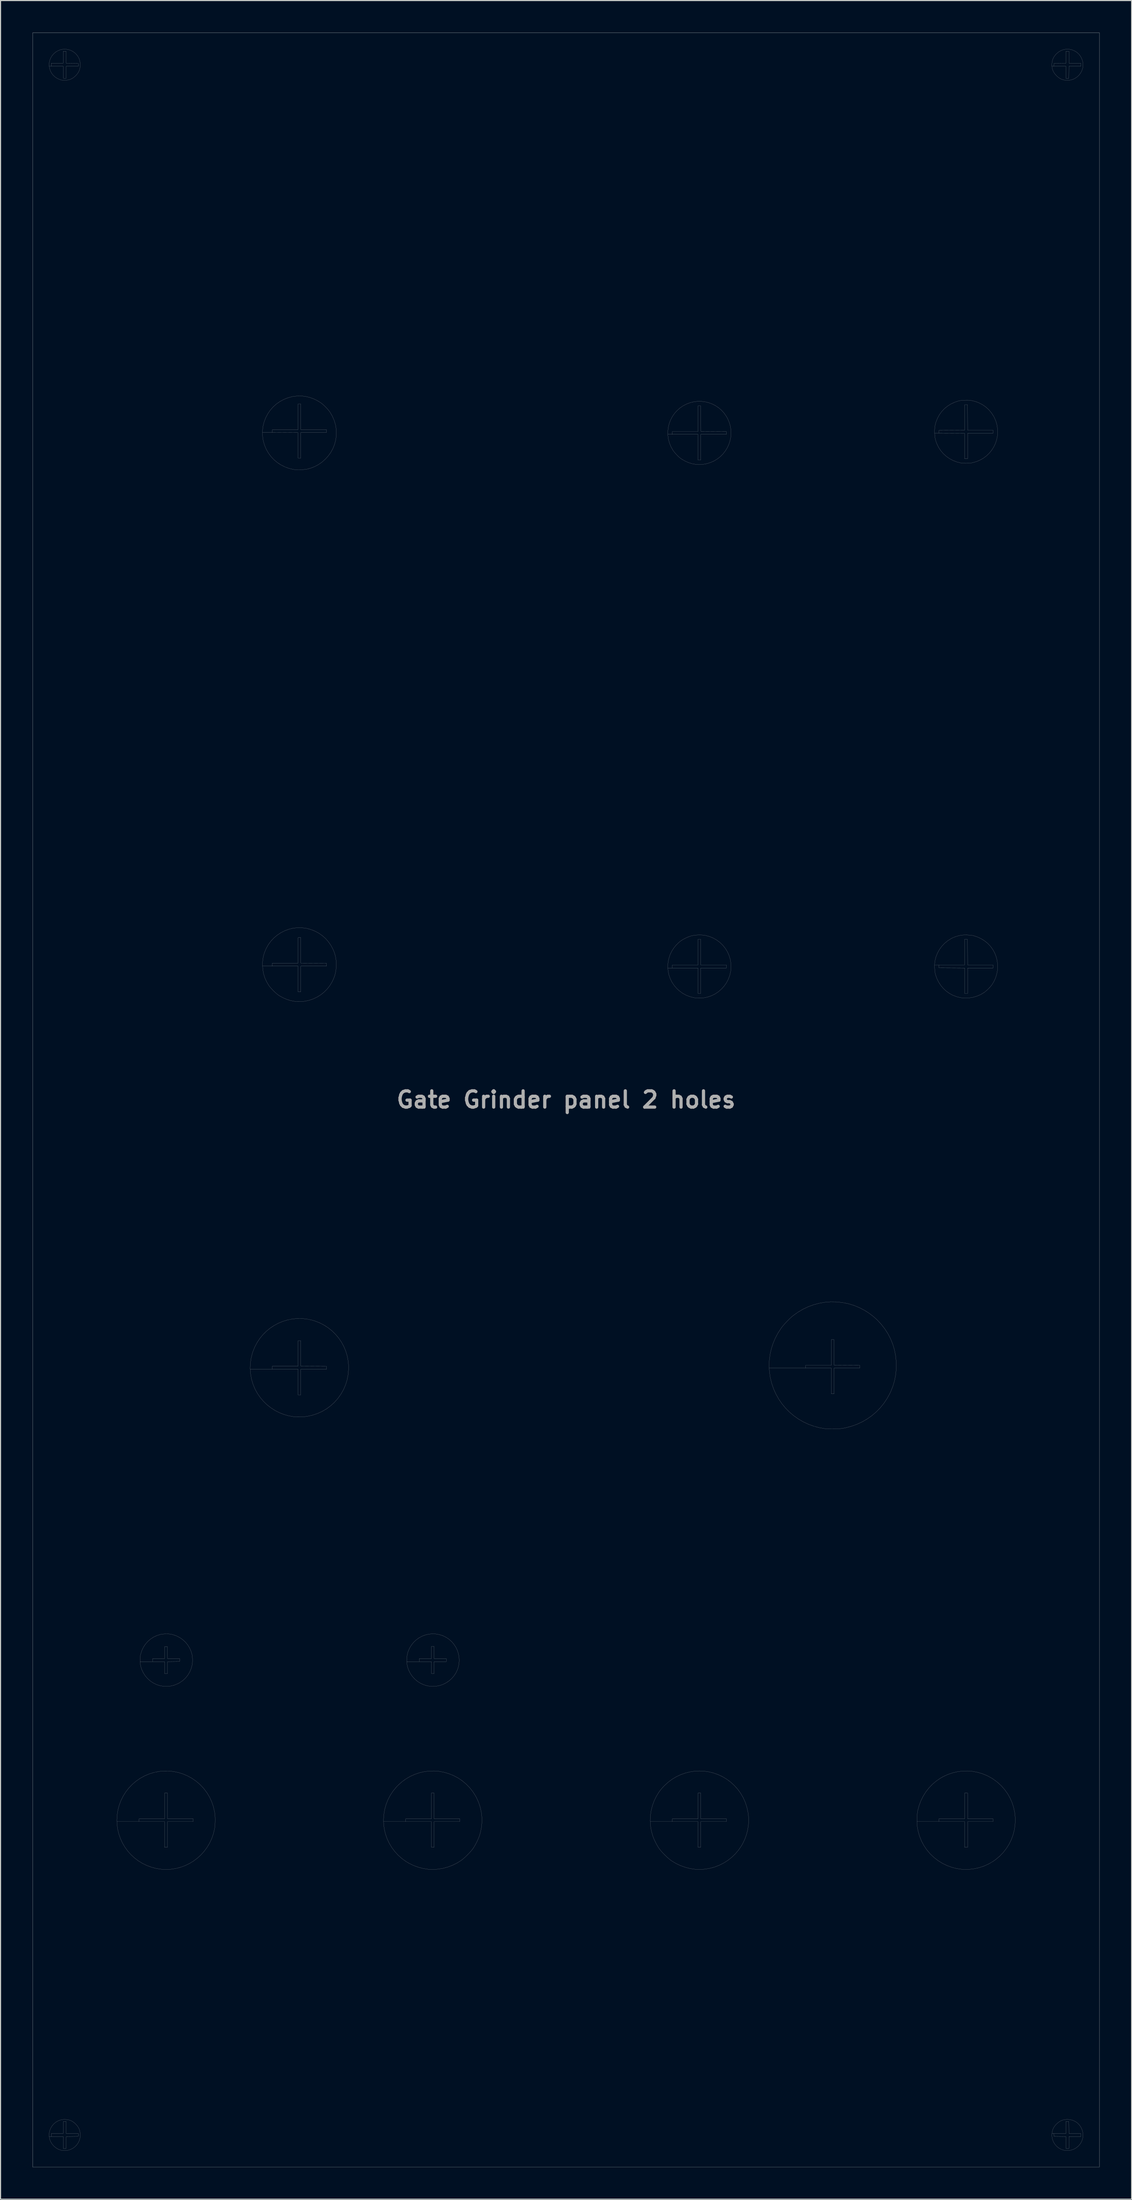
<source format=kicad_pcb>
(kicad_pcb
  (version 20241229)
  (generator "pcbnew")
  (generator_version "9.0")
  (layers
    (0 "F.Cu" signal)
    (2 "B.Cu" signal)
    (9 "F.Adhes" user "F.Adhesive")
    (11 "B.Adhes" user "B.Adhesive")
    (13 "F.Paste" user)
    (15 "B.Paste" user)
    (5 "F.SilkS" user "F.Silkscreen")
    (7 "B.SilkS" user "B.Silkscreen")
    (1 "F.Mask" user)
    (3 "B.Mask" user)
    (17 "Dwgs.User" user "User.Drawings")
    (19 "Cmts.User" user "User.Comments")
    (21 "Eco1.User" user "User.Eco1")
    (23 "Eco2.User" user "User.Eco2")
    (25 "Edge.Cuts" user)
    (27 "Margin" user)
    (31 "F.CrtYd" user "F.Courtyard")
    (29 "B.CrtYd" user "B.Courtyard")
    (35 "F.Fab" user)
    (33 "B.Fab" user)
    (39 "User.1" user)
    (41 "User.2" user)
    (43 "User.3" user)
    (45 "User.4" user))
  (footprint "Gate Grinder panel 2 holes"
    (layer "F.Cu")
    (at 50.018 100.005)
    (property "Reference" "Gate Grinder panel 2 holes" (at 0 0 0) (layer "F.Fab") (effects (font (size 1.524 1.524) (thickness 0.3))))
    (attr through_hole)
    (fp_poly (pts (xy 50.013 100.025) (xy -50.013 100.025) (xy -50.013 -99.974) (xy -49.987 -99.974) (xy -49.987 100) (xy 49.987 100) (xy 49.987 -99.974) (xy -49.987 -99.974) (xy -50.013 -99.974) (xy -50.013 -100) (xy 50.013 -100) (xy 50.013 100.025)) (stroke (width 0.01) (type solid)) (fill no) (layer "F.Fab"))
    (fp_poly (pts (xy -46.75 95.572) (xy -46.518 95.627) (xy -46.306 95.724) (xy -46.106 95.864) (xy -45.973 95.986) (xy -45.8 96.183) (xy -45.675 96.387) (xy -45.592 96.604) (xy -45.55 96.845) (xy -45.542 97.024) (xy -45.566 97.286) (xy -45.634 97.532) (xy -45.742 97.757) (xy -45.886 97.957) (xy -46.06 98.131) (xy -46.261 98.273) (xy -46.483 98.38) (xy -46.723 98.45) (xy -46.975 98.477) (xy -47.235 98.459) (xy -47.355 98.436) (xy -47.589 98.354) (xy -47.809 98.228) (xy -48.007 98.066) (xy -48.177 97.873) (xy -48.312 97.657) (xy -48.406 97.425) (xy -48.424 97.356) (xy -48.462 97.092) (xy -48.454 96.876) (xy -48.26 96.876) (xy -48.26 97.155) (xy -47.142 97.155) (xy -47.142 98.273) (xy -46.863 98.273) (xy -46.863 97.156) (xy -46.298 97.149) (xy -45.733 97.142) (xy -45.717 96.876) (xy -46.863 96.876) (xy -46.863 95.73) (xy -46.996 95.738) (xy -47.13 95.745) (xy -47.143 96.876) (xy -48.26 96.876) (xy -48.454 96.876) (xy -48.453 96.836) (xy -48.401 96.59) (xy -48.308 96.36) (xy -48.18 96.15) (xy -48.019 95.965) (xy -47.829 95.808) (xy -47.613 95.685) (xy -47.375 95.601) (xy -47.118 95.559) (xy -47.011 95.555) (xy -46.75 95.572)) (stroke (width 0.01) (type solid)) (fill no) (layer "F.Fab"))
    (fp_poly (pts (xy 47.275 95.578) (xy 47.517 95.643) (xy 47.736 95.745) (xy 47.93 95.881) (xy 48.096 96.044) (xy 48.234 96.231) (xy 48.341 96.437) (xy 48.416 96.657) (xy 48.455 96.887) (xy 48.458 97.121) (xy 48.422 97.355) (xy 48.346 97.584) (xy 48.228 97.804) (xy 48.065 98.01) (xy 48.032 98.044) (xy 47.825 98.216) (xy 47.594 98.346) (xy 47.346 98.432) (xy 47.086 98.473) (xy 46.821 98.466) (xy 46.65 98.435) (xy 46.401 98.35) (xy 46.176 98.223) (xy 45.978 98.06) (xy 45.813 97.865) (xy 45.683 97.644) (xy 45.593 97.402) (xy 45.547 97.145) (xy 45.542 97.024) (xy 45.552 96.876) (xy 45.717 96.876) (xy 45.725 97.009) (xy 45.733 97.142) (xy 46.298 97.149) (xy 46.863 97.156) (xy 46.863 98.273) (xy 47.142 98.273) (xy 47.142 97.155) (xy 48.26 97.155) (xy 48.26 96.876) (xy 47.143 96.876) (xy 47.137 96.31) (xy 47.13 95.745) (xy 46.996 95.738) (xy 46.863 95.73) (xy 46.863 96.876) (xy 45.717 96.876) (xy 45.552 96.876) (xy 45.56 96.763) (xy 45.615 96.531) (xy 45.711 96.319) (xy 45.852 96.118) (xy 45.973 95.986) (xy 46.171 95.813) (xy 46.374 95.687) (xy 46.592 95.605) (xy 46.832 95.563) (xy 47.011 95.555) (xy 47.275 95.578)) (stroke (width 0.01) (type solid)) (fill no) (layer "F.Fab"))
    (fp_poly (pts (xy 47.171 -98.442) (xy 47.43 -98.385) (xy 47.684 -98.28) (xy 47.686 -98.279) (xy 47.905 -98.136) (xy 48.092 -97.959) (xy 48.243 -97.752) (xy 48.358 -97.523) (xy 48.431 -97.277) (xy 48.461 -97.02) (xy 48.445 -96.76) (xy 48.424 -96.648) (xy 48.34 -96.402) (xy 48.213 -96.174) (xy 48.049 -95.973) (xy 47.852 -95.801) (xy 47.629 -95.667) (xy 47.384 -95.574) (xy 47.359 -95.568) (xy 47.21 -95.543) (xy 47.034 -95.532) (xy 46.852 -95.537) (xy 46.685 -95.557) (xy 46.596 -95.577) (xy 46.402 -95.648) (xy 46.227 -95.747) (xy 46.056 -95.882) (xy 45.973 -95.961) (xy 45.8 -96.159) (xy 45.673 -96.364) (xy 45.591 -96.583) (xy 45.549 -96.824) (xy 45.548 -96.85) (xy 45.717 -96.85) (xy 46.863 -96.85) (xy 46.863 -95.705) (xy 47.13 -95.72) (xy 47.137 -96.285) (xy 47.143 -96.85) (xy 48.26 -96.85) (xy 48.26 -97.13) (xy 47.142 -97.13) (xy 47.142 -98.247) (xy 46.863 -98.247) (xy 46.863 -97.131) (xy 45.733 -97.117) (xy 45.725 -96.984) (xy 45.717 -96.85) (xy 45.548 -96.85) (xy 45.543 -96.994) (xy 45.562 -97.255) (xy 45.622 -97.49) (xy 45.725 -97.707) (xy 45.875 -97.912) (xy 45.974 -98.019) (xy 46.183 -98.195) (xy 46.413 -98.326) (xy 46.658 -98.411) (xy 46.912 -98.45) (xy 47.171 -98.442)) (stroke (width 0.01) (type solid)) (fill no) (layer "F.Fab"))
    (fp_poly (pts (xy -46.684 -98.412) (xy -46.462 -98.344) (xy -46.253 -98.242) (xy -46.063 -98.109) (xy -45.895 -97.947) (xy -45.754 -97.758) (xy -45.645 -97.543) (xy -45.574 -97.304) (xy -45.543 -97.044) (xy -45.543 -96.995) (xy -45.562 -96.73) (xy -45.62 -96.492) (xy -45.721 -96.275) (xy -45.868 -96.071) (xy -45.972 -95.959) (xy -46.17 -95.786) (xy -46.376 -95.661) (xy -46.598 -95.579) (xy -46.844 -95.537) (xy -47.015 -95.53) (xy -47.155 -95.534) (xy -47.268 -95.547) (xy -47.378 -95.574) (xy -47.46 -95.6) (xy -47.706 -95.708) (xy -47.919 -95.851) (xy -48.099 -96.024) (xy -48.245 -96.22) (xy -48.354 -96.436) (xy -48.426 -96.666) (xy -48.46 -96.904) (xy -48.455 -97.13) (xy -48.26 -97.13) (xy -48.26 -96.85) (xy -47.142 -96.85) (xy -47.142 -96.296) (xy -47.142 -96.133) (xy -47.14 -95.987) (xy -47.136 -95.866) (xy -47.132 -95.778) (xy -47.128 -95.73) (xy -47.125 -95.724) (xy -47.092 -95.714) (xy -47.026 -95.708) (xy -46.986 -95.707) (xy -46.863 -95.707) (xy -46.863 -96.85) (xy -45.717 -96.85) (xy -45.733 -97.117) (xy -46.863 -97.131) (xy -46.863 -98.247) (xy -47.142 -98.247) (xy -47.142 -97.13) (xy -48.26 -97.13) (xy -48.455 -97.13) (xy -48.455 -97.145) (xy -48.408 -97.385) (xy -48.319 -97.617) (xy -48.187 -97.837) (xy -48.032 -98.019) (xy -47.829 -98.19) (xy -47.611 -98.316) (xy -47.383 -98.4) (xy -47.149 -98.442) (xy -46.915 -98.446) (xy -46.684 -98.412)) (stroke (width 0.01) (type solid)) (fill no) (layer "F.Fab"))
    (fp_poly (pts (xy -12.199 50.063) (xy -11.855 50.126) (xy -11.851 50.127) (xy -11.525 50.237) (xy -11.225 50.388) (xy -10.954 50.575) (xy -10.712 50.794) (xy -10.504 51.042) (xy -10.329 51.314) (xy -10.191 51.607) (xy -10.092 51.916) (xy -10.034 52.237) (xy -10.018 52.566) (xy -10.047 52.899) (xy -10.123 53.232) (xy -10.184 53.41) (xy -10.33 53.718) (xy -10.515 53.999) (xy -10.737 54.251) (xy -10.989 54.47) (xy -11.268 54.654) (xy -11.569 54.8) (xy -11.887 54.905) (xy -12.218 54.965) (xy -12.558 54.979) (xy -12.649 54.974) (xy -12.994 54.925) (xy -13.323 54.829) (xy -13.632 54.69) (xy -13.919 54.511) (xy -14.178 54.295) (xy -14.407 54.044) (xy -14.601 53.763) (xy -14.757 53.453) (xy -14.849 53.195) (xy -14.905 52.941) (xy -14.932 52.661) (xy -14.931 52.375) (xy -13.767 52.375) (xy -13.767 52.654) (xy -12.624 52.654) (xy -12.624 53.772) (xy -12.37 53.772) (xy -12.37 52.654) (xy -11.227 52.654) (xy -11.227 52.375) (xy -12.37 52.375) (xy -12.37 51.232) (xy -12.624 51.232) (xy -12.624 52.375) (xy -13.767 52.375) (xy -14.931 52.375) (xy -14.931 52.371) (xy -14.903 52.086) (xy -14.846 51.822) (xy -14.82 51.737) (xy -14.684 51.413) (xy -14.51 51.118) (xy -14.301 50.854) (xy -14.061 50.624) (xy -13.794 50.429) (xy -13.504 50.271) (xy -13.196 50.154) (xy -12.873 50.079) (xy -12.539 50.047) (xy -12.199 50.063)) (stroke (width 0.01) (type solid)) (fill no) (layer "F.Fab"))
    (fp_poly (pts (xy -37.306 50.059) (xy -37.18 50.065) (xy -37.071 50.079) (xy -36.961 50.101) (xy -36.868 50.124) (xy -36.537 50.236) (xy -36.23 50.391) (xy -35.948 50.586) (xy -35.697 50.815) (xy -35.48 51.077) (xy -35.299 51.366) (xy -35.159 51.679) (xy -35.063 52.012) (xy -35.05 52.078) (xy -35.034 52.206) (xy -35.025 52.364) (xy -35.022 52.537) (xy -35.026 52.706) (xy -35.037 52.856) (xy -35.051 52.947) (xy -35.145 53.298) (xy -35.281 53.625) (xy -35.459 53.923) (xy -35.676 54.191) (xy -35.931 54.427) (xy -36.22 54.627) (xy -36.386 54.717) (xy -36.712 54.852) (xy -37.05 54.938) (xy -37.399 54.975) (xy -37.739 54.964) (xy -38.073 54.907) (xy -38.393 54.804) (xy -38.693 54.658) (xy -38.971 54.473) (xy -39.222 54.251) (xy -39.442 53.997) (xy -39.628 53.714) (xy -39.776 53.405) (xy -39.869 53.121) (xy -39.916 52.879) (xy -39.938 52.614) (xy -39.936 52.375) (xy -38.76 52.375) (xy -38.76 52.654) (xy -37.643 52.654) (xy -37.643 53.772) (xy -37.363 53.772) (xy -37.363 52.655) (xy -36.798 52.648) (xy -36.233 52.642) (xy -36.218 52.375) (xy -37.362 52.375) (xy -37.369 51.81) (xy -37.376 51.245) (xy -37.63 51.245) (xy -37.644 52.375) (xy -38.76 52.375) (xy -39.936 52.375) (xy -39.936 52.345) (xy -39.909 52.09) (xy -39.883 51.961) (xy -39.773 51.618) (xy -39.622 51.301) (xy -39.431 51.012) (xy -39.204 50.754) (xy -38.944 50.531) (xy -38.653 50.346) (xy -38.336 50.2) (xy -37.994 50.098) (xy -37.992 50.097) (xy -37.828 50.072) (xy -37.618 50.059) (xy -37.465 50.057) (xy -37.306 50.059)) (stroke (width 0.01) (type solid)) (fill no) (layer "F.Fab"))
    (fp_poly (pts (xy 12.67 -65.443) (xy 13.016 -65.403) (xy 13.355 -65.323) (xy 13.683 -65.204) (xy 13.996 -65.047) (xy 14.29 -64.852) (xy 14.562 -64.62) (xy 14.808 -64.351) (xy 15.022 -64.046) (xy 15.138 -63.841) (xy 15.29 -63.492) (xy 15.394 -63.138) (xy 15.452 -62.782) (xy 15.465 -62.427) (xy 15.436 -62.077) (xy 15.366 -61.736) (xy 15.257 -61.406) (xy 15.111 -61.092) (xy 14.93 -60.797) (xy 14.715 -60.523) (xy 14.469 -60.275) (xy 14.193 -60.057) (xy 13.89 -59.87) (xy 13.56 -59.72) (xy 13.207 -59.609) (xy 12.831 -59.54) (xy 12.814 -59.538) (xy 12.634 -59.522) (xy 12.476 -59.517) (xy 12.315 -59.524) (xy 12.143 -59.541) (xy 11.801 -59.604) (xy 11.459 -59.712) (xy 11.128 -59.861) (xy 10.818 -60.045) (xy 10.693 -60.135) (xy 10.563 -60.246) (xy 10.418 -60.386) (xy 10.273 -60.541) (xy 10.141 -60.697) (xy 10.035 -60.839) (xy 10.022 -60.858) (xy 9.833 -61.19) (xy 9.691 -61.537) (xy 9.595 -61.894) (xy 9.544 -62.258) (xy 9.539 -62.611) (xy 9.957 -62.611) (xy 9.957 -62.357) (xy 12.37 -62.357) (xy 12.37 -59.944) (xy 12.624 -59.944) (xy 12.624 -62.357) (xy 15.037 -62.357) (xy 15.037 -62.611) (xy 13.837 -62.617) (xy 12.636 -62.624) (xy 12.623 -65.024) (xy 12.37 -65.024) (xy 12.37 -62.611) (xy 9.957 -62.611) (xy 9.539 -62.611) (xy 9.539 -62.624) (xy 9.578 -62.987) (xy 9.661 -63.343) (xy 9.789 -63.687) (xy 9.96 -64.016) (xy 10.174 -64.325) (xy 10.389 -64.567) (xy 10.672 -64.821) (xy 10.977 -65.03) (xy 11.298 -65.197) (xy 11.631 -65.321) (xy 11.974 -65.403) (xy 12.322 -65.443) (xy 12.67 -65.443)) (stroke (width 0.01) (type solid)) (fill no) (layer "F.Fab"))
    (fp_poly (pts (xy 12.783 -15.433) (xy 13.027 -15.403) (xy 13.081 -15.393) (xy 13.452 -15.292) (xy 13.803 -15.146) (xy 14.128 -14.96) (xy 14.426 -14.736) (xy 14.693 -14.478) (xy 14.926 -14.188) (xy 15.122 -13.87) (xy 15.277 -13.527) (xy 15.388 -13.162) (xy 15.395 -13.132) (xy 15.454 -12.754) (xy 15.464 -12.377) (xy 15.426 -12.005) (xy 15.34 -11.641) (xy 15.21 -11.291) (xy 15.035 -10.958) (xy 14.816 -10.647) (xy 14.583 -10.388) (xy 14.289 -10.129) (xy 13.976 -9.917) (xy 13.643 -9.751) (xy 13.286 -9.629) (xy 12.995 -9.564) (xy 12.817 -9.542) (xy 12.612 -9.531) (xy 12.398 -9.53) (xy 12.193 -9.539) (xy 12.016 -9.559) (xy 11.995 -9.563) (xy 11.614 -9.657) (xy 11.256 -9.795) (xy 10.922 -9.979) (xy 10.611 -10.208) (xy 10.401 -10.401) (xy 10.145 -10.692) (xy 9.933 -11.007) (xy 9.765 -11.342) (xy 9.642 -11.692) (xy 9.566 -12.054) (xy 9.535 -12.425) (xy 9.545 -12.624) (xy 9.957 -12.624) (xy 9.957 -12.344) (xy 12.37 -12.344) (xy 12.37 -9.957) (xy 12.624 -9.957) (xy 12.624 -12.344) (xy 15.037 -12.344) (xy 15.037 -12.624) (xy 12.624 -12.624) (xy 12.624 -15.037) (xy 12.37 -15.037) (xy 12.37 -12.624) (xy 9.957 -12.624) (xy 9.545 -12.624) (xy 9.553 -12.8) (xy 9.618 -13.176) (xy 9.732 -13.549) (xy 9.765 -13.633) (xy 9.911 -13.93) (xy 10.099 -14.221) (xy 10.321 -14.493) (xy 10.57 -14.737) (xy 10.732 -14.868) (xy 10.925 -14.996) (xy 11.151 -15.121) (xy 11.391 -15.232) (xy 11.625 -15.321) (xy 11.75 -15.358) (xy 11.982 -15.405) (xy 12.243 -15.433) (xy 12.516 -15.442) (xy 12.783 -15.433)) (stroke (width 0.01) (type solid)) (fill no) (layer "F.Fab"))
    (fp_poly (pts (xy 37.704 -65.553) (xy 37.87 -65.542) (xy 37.941 -65.533) (xy 38.325 -65.446) (xy 38.688 -65.314) (xy 39.027 -65.14) (xy 39.338 -64.924) (xy 39.619 -64.67) (xy 39.868 -64.379) (xy 40.081 -64.053) (xy 40.153 -63.918) (xy 40.299 -63.573) (xy 40.4 -63.208) (xy 40.453 -62.83) (xy 40.462 -62.597) (xy 40.438 -62.218) (xy 40.366 -61.852) (xy 40.25 -61.501) (xy 40.093 -61.171) (xy 39.898 -60.863) (xy 39.667 -60.582) (xy 39.403 -60.33) (xy 39.109 -60.112) (xy 38.788 -59.931) (xy 38.443 -59.789) (xy 38.077 -59.69) (xy 38.002 -59.676) (xy 37.839 -59.656) (xy 37.646 -59.645) (xy 37.44 -59.643) (xy 37.24 -59.65) (xy 37.062 -59.666) (xy 36.988 -59.677) (xy 36.623 -59.768) (xy 36.274 -59.904) (xy 35.945 -60.08) (xy 35.642 -60.294) (xy 35.368 -60.542) (xy 35.127 -60.821) (xy 34.924 -61.127) (xy 34.763 -61.457) (xy 34.745 -61.503) (xy 34.672 -61.706) (xy 34.619 -61.886) (xy 34.584 -62.063) (xy 34.562 -62.254) (xy 34.551 -62.462) (xy 34.547 -62.719) (xy 34.548 -62.725) (xy 34.963 -62.725) (xy 34.963 -62.471) (xy 36.163 -62.465) (xy 37.363 -62.458) (xy 37.363 -60.071) (xy 37.643 -60.071) (xy 37.643 -62.459) (xy 40.03 -62.459) (xy 40.03 -62.738) (xy 37.643 -62.738) (xy 37.637 -63.938) (xy 37.63 -65.138) (xy 37.376 -65.138) (xy 37.363 -62.738) (xy 34.963 -62.725) (xy 34.548 -62.725) (xy 34.559 -62.942) (xy 34.586 -63.148) (xy 34.632 -63.352) (xy 34.676 -63.5) (xy 34.818 -63.861) (xy 35 -64.195) (xy 35.222 -64.5) (xy 35.481 -64.772) (xy 35.774 -65.009) (xy 36.099 -65.21) (xy 36.454 -65.372) (xy 36.802 -65.485) (xy 36.941 -65.512) (xy 37.116 -65.534) (xy 37.312 -65.548) (xy 37.512 -65.554) (xy 37.704 -65.553)) (stroke (width 0.01) (type solid)) (fill no) (layer "F.Fab"))
    (fp_poly (pts (xy -37.246 62.905) (xy -36.792 62.953) (xy -36.344 63.046) (xy -35.908 63.183) (xy -35.486 63.362) (xy -35.081 63.584) (xy -34.698 63.847) (xy -34.339 64.151) (xy -34.008 64.495) (xy -33.947 64.567) (xy -33.661 64.951) (xy -33.417 65.36) (xy -33.218 65.794) (xy -33.063 66.251) (xy -32.954 66.728) (xy -32.93 66.878) (xy -32.911 67.055) (xy -32.9 67.265) (xy -32.897 67.496) (xy -32.901 67.733) (xy -32.913 67.961) (xy -32.931 68.167) (xy -32.955 68.333) (xy -33.067 68.798) (xy -33.222 69.242) (xy -33.419 69.662) (xy -33.653 70.056) (xy -33.923 70.423) (xy -34.226 70.759) (xy -34.559 71.064) (xy -34.919 71.335) (xy -35.303 71.57) (xy -35.71 71.767) (xy -36.135 71.923) (xy -36.576 72.037) (xy -37.031 72.107) (xy -37.496 72.131) (xy -37.948 72.108) (xy -38.42 72.036) (xy -38.875 71.918) (xy -39.31 71.757) (xy -39.723 71.555) (xy -40.11 71.316) (xy -40.47 71.041) (xy -40.801 70.733) (xy -41.1 70.395) (xy -41.365 70.029) (xy -41.594 69.637) (xy -41.784 69.223) (xy -41.933 68.789) (xy -42.039 68.337) (xy -42.099 67.87) (xy -42.112 67.513) (xy -42.106 67.386) (xy -40.03 67.386) (xy -40.03 67.64) (xy -37.643 67.64) (xy -37.643 70.053) (xy -37.363 70.053) (xy -37.363 67.64) (xy -34.95 67.64) (xy -34.95 67.386) (xy -37.363 67.386) (xy -37.363 64.973) (xy -37.643 64.973) (xy -37.643 67.386) (xy -40.03 67.386) (xy -42.106 67.386) (xy -42.087 67.034) (xy -42.014 66.566) (xy -41.895 66.113) (xy -41.732 65.676) (xy -41.525 65.259) (xy -41.279 64.866) (xy -40.994 64.499) (xy -40.672 64.162) (xy -40.315 63.857) (xy -39.926 63.587) (xy -39.509 63.359) (xy -39.07 63.173) (xy -38.62 63.035) (xy -38.164 62.946) (xy -37.705 62.902) (xy -37.246 62.905)) (stroke (width 0.01) (type solid)) (fill no) (layer "F.Fab"))
    (fp_poly (pts (xy 38.096 62.937) (xy 38.554 63.02) (xy 39.003 63.15) (xy 39.44 63.325) (xy 39.859 63.548) (xy 40.058 63.673) (xy 40.445 63.962) (xy 40.796 64.285) (xy 41.11 64.639) (xy 41.384 65.021) (xy 41.616 65.427) (xy 41.807 65.856) (xy 41.952 66.304) (xy 42.052 66.767) (xy 42.104 67.243) (xy 42.112 67.513) (xy 42.087 67.993) (xy 42.014 68.463) (xy 41.894 68.919) (xy 41.728 69.358) (xy 41.519 69.778) (xy 41.268 70.174) (xy 40.978 70.544) (xy 40.648 70.884) (xy 40.282 71.192) (xy 40.056 71.353) (xy 39.644 71.598) (xy 39.21 71.798) (xy 38.759 71.952) (xy 38.296 72.058) (xy 37.823 72.117) (xy 37.345 72.127) (xy 37.053 72.108) (xy 36.586 72.038) (xy 36.129 71.919) (xy 35.687 71.754) (xy 35.262 71.545) (xy 34.86 71.293) (xy 34.485 71.002) (xy 34.14 70.673) (xy 34.114 70.645) (xy 33.803 70.273) (xy 33.536 69.876) (xy 33.313 69.455) (xy 33.135 69.01) (xy 33.002 68.54) (xy 32.94 68.224) (xy 32.915 68.02) (xy 32.9 67.783) (xy 32.895 67.527) (xy 32.898 67.386) (xy 34.95 67.386) (xy 34.95 67.64) (xy 37.363 67.64) (xy 37.363 70.053) (xy 37.643 70.053) (xy 37.643 67.64) (xy 40.03 67.64) (xy 40.03 67.386) (xy 37.643 67.386) (xy 37.643 64.973) (xy 37.363 64.973) (xy 37.363 67.386) (xy 34.95 67.386) (xy 32.898 67.386) (xy 32.9 67.268) (xy 32.914 67.018) (xy 32.938 66.791) (xy 32.968 66.612) (xy 33.095 66.137) (xy 33.266 65.683) (xy 33.479 65.255) (xy 33.731 64.853) (xy 34.023 64.481) (xy 34.35 64.141) (xy 34.712 63.836) (xy 35.106 63.569) (xy 35.359 63.426) (xy 35.796 63.226) (xy 36.245 63.073) (xy 36.703 62.968) (xy 37.167 62.911) (xy 37.632 62.9) (xy 38.096 62.937)) (stroke (width 0.01) (type solid)) (fill no) (layer "F.Fab"))
    (fp_poly (pts (xy -24.333 20.546) (xy -23.872 20.638) (xy -23.535 20.737) (xy -23.094 20.91) (xy -22.677 21.126) (xy -22.288 21.381) (xy -21.928 21.671) (xy -21.6 21.995) (xy -21.307 22.348) (xy -21.05 22.728) (xy -20.831 23.133) (xy -20.654 23.558) (xy -20.521 24.001) (xy -20.433 24.459) (xy -20.399 24.807) (xy -20.394 25.305) (xy -20.438 25.788) (xy -20.53 26.258) (xy -20.67 26.712) (xy -20.858 27.148) (xy -21.094 27.567) (xy -21.376 27.967) (xy -21.415 28.017) (xy -21.735 28.374) (xy -22.087 28.693) (xy -22.469 28.973) (xy -22.878 29.211) (xy -23.313 29.407) (xy -23.77 29.559) (xy -24.247 29.665) (xy -24.324 29.678) (xy -24.436 29.691) (xy -24.585 29.701) (xy -24.758 29.709) (xy -24.943 29.714) (xy -25.127 29.716) (xy -25.297 29.714) (xy -25.441 29.709) (xy -25.54 29.701) (xy -26.01 29.618) (xy -26.463 29.489) (xy -26.897 29.317) (xy -27.309 29.104) (xy -27.696 28.852) (xy -28.056 28.565) (xy -28.384 28.245) (xy -28.68 27.894) (xy -28.94 27.514) (xy -29.161 27.109) (xy -29.341 26.68) (xy -29.476 26.231) (xy -29.498 26.136) (xy -29.582 25.652) (xy -29.615 25.176) (xy -29.608 24.968) (xy -27.534 24.968) (xy -27.534 25.248) (xy -25.121 25.248) (xy -25.121 27.661) (xy -24.867 27.661) (xy -24.867 25.248) (xy -22.451 25.248) (xy -22.466 24.981) (xy -24.867 24.968) (xy -24.867 22.581) (xy -25.121 22.581) (xy -25.121 24.968) (xy -27.534 24.968) (xy -29.608 24.968) (xy -29.598 24.706) (xy -29.532 24.239) (xy -29.415 23.774) (xy -29.36 23.604) (xy -29.182 23.163) (xy -28.963 22.749) (xy -28.708 22.366) (xy -28.419 22.014) (xy -28.099 21.695) (xy -27.751 21.41) (xy -27.378 21.16) (xy -26.984 20.949) (xy -26.571 20.776) (xy -26.142 20.643) (xy -25.701 20.552) (xy -25.25 20.505) (xy -24.793 20.502) (xy -24.333 20.546)) (stroke (width 0.01) (type solid)) (fill no) (layer "F.Fab"))
    (fp_poly (pts (xy 37.599 -15.438) (xy 37.8 -15.428) (xy 37.986 -15.41) (xy 38.142 -15.386) (xy 38.202 -15.372) (xy 38.579 -15.247) (xy 38.928 -15.082) (xy 39.247 -14.88) (xy 39.535 -14.643) (xy 39.788 -14.375) (xy 40.004 -14.077) (xy 40.181 -13.755) (xy 40.317 -13.409) (xy 40.41 -13.044) (xy 40.457 -12.662) (xy 40.462 -12.476) (xy 40.439 -12.121) (xy 40.37 -11.764) (xy 40.261 -11.416) (xy 40.112 -11.086) (xy 39.929 -10.785) (xy 39.88 -10.718) (xy 39.776 -10.592) (xy 39.646 -10.452) (xy 39.502 -10.311) (xy 39.358 -10.181) (xy 39.226 -10.075) (xy 39.179 -10.041) (xy 38.854 -9.851) (xy 38.506 -9.703) (xy 38.141 -9.598) (xy 37.766 -9.539) (xy 37.388 -9.526) (xy 37.014 -9.561) (xy 36.995 -9.565) (xy 36.624 -9.652) (xy 36.272 -9.785) (xy 35.944 -9.96) (xy 35.642 -10.175) (xy 35.369 -10.427) (xy 35.128 -10.713) (xy 34.922 -11.03) (xy 34.753 -11.377) (xy 34.625 -11.75) (xy 34.615 -11.785) (xy 34.586 -11.931) (xy 34.564 -12.114) (xy 34.551 -12.317) (xy 34.546 -12.528) (xy 34.549 -12.624) (xy 34.948 -12.624) (xy 34.955 -12.49) (xy 34.963 -12.357) (xy 36.163 -12.351) (xy 37.363 -12.344) (xy 37.363 -9.957) (xy 37.643 -9.957) (xy 37.643 -12.344) (xy 40.03 -12.344) (xy 40.03 -12.624) (xy 37.643 -12.624) (xy 37.637 -13.824) (xy 37.63 -15.024) (xy 37.497 -15.032) (xy 37.363 -15.039) (xy 37.363 -12.624) (xy 34.948 -12.624) (xy 34.549 -12.624) (xy 34.551 -12.73) (xy 34.565 -12.91) (xy 34.58 -13.01) (xy 34.676 -13.389) (xy 34.818 -13.746) (xy 35.003 -14.08) (xy 35.228 -14.387) (xy 35.49 -14.664) (xy 35.789 -14.907) (xy 36.121 -15.113) (xy 36.208 -15.158) (xy 36.373 -15.23) (xy 36.569 -15.299) (xy 36.775 -15.36) (xy 36.971 -15.405) (xy 37.055 -15.419) (xy 37.213 -15.434) (xy 37.399 -15.44) (xy 37.599 -15.438)) (stroke (width 0.01) (type solid)) (fill no) (layer "F.Fab"))
    (fp_poly (pts (xy -11.892 62.938) (xy -11.427 63.025) (xy -11.001 63.149) (xy -10.555 63.329) (xy -10.133 63.553) (xy -9.739 63.818) (xy -9.374 64.121) (xy -9.042 64.461) (xy -8.745 64.835) (xy -8.487 65.24) (xy -8.398 65.405) (xy -8.199 65.845) (xy -8.049 66.298) (xy -7.947 66.762) (xy -7.894 67.233) (xy -7.89 67.708) (xy -7.935 68.184) (xy -8.03 68.657) (xy -8.116 68.955) (xy -8.19 69.157) (xy -8.288 69.383) (xy -8.402 69.619) (xy -8.525 69.848) (xy -8.648 70.056) (xy -8.731 70.18) (xy -8.843 70.326) (xy -8.987 70.492) (xy -9.151 70.667) (xy -9.326 70.843) (xy -9.502 71.008) (xy -9.669 71.154) (xy -9.817 71.269) (xy -9.83 71.279) (xy -10.226 71.528) (xy -10.647 71.736) (xy -11.088 71.902) (xy -11.542 72.024) (xy -12.004 72.1) (xy -12.468 72.129) (xy -12.929 72.11) (xy -12.954 72.107) (xy -13.414 72.035) (xy -13.869 71.916) (xy -14.313 71.752) (xy -14.737 71.545) (xy -15.011 71.381) (xy -15.394 71.104) (xy -15.745 70.79) (xy -16.062 70.443) (xy -16.342 70.068) (xy -16.581 69.667) (xy -16.779 69.246) (xy -16.931 68.808) (xy -17.016 68.462) (xy -17.078 68.095) (xy -17.111 67.751) (xy -17.115 67.413) (xy -17.113 67.386) (xy -15.037 67.386) (xy -15.037 67.64) (xy -12.624 67.64) (xy -12.624 70.053) (xy -12.37 70.053) (xy -12.37 67.64) (xy -9.957 67.64) (xy -9.957 67.386) (xy -12.37 67.386) (xy -12.37 64.973) (xy -12.624 64.973) (xy -12.624 67.386) (xy -15.037 67.386) (xy -17.113 67.386) (xy -17.091 67.062) (xy -17.082 66.978) (xy -17.001 66.498) (xy -16.873 66.035) (xy -16.698 65.592) (xy -16.477 65.17) (xy -16.212 64.772) (xy -15.904 64.399) (xy -15.752 64.241) (xy -15.395 63.92) (xy -15.011 63.642) (xy -14.605 63.406) (xy -14.18 63.214) (xy -13.739 63.067) (xy -13.287 62.965) (xy -12.826 62.909) (xy -12.36 62.899) (xy -11.892 62.938)) (stroke (width 0.01) (type solid)) (fill no) (layer "F.Fab"))
    (fp_poly (pts (xy 12.941 62.919) (xy 13.383 62.983) (xy 13.819 63.089) (xy 14.245 63.239) (xy 14.657 63.431) (xy 15.053 63.666) (xy 15.428 63.945) (xy 15.758 64.245) (xy 16.086 64.608) (xy 16.369 64.996) (xy 16.608 65.408) (xy 16.802 65.844) (xy 16.951 66.303) (xy 17.055 66.783) (xy 17.093 67.061) (xy 17.117 67.515) (xy 17.093 67.974) (xy 17.022 68.432) (xy 16.906 68.883) (xy 16.745 69.32) (xy 16.542 69.738) (xy 16.447 69.902) (xy 16.177 70.299) (xy 15.871 70.661) (xy 15.533 70.987) (xy 15.167 71.276) (xy 14.775 71.525) (xy 14.36 71.734) (xy 13.927 71.901) (xy 13.478 72.023) (xy 13.017 72.1) (xy 12.546 72.129) (xy 12.07 72.109) (xy 12.059 72.108) (xy 11.617 72.041) (xy 11.175 71.929) (xy 10.74 71.773) (xy 10.324 71.579) (xy 9.935 71.35) (xy 9.83 71.278) (xy 9.684 71.166) (xy 9.519 71.023) (xy 9.344 70.859) (xy 9.168 70.685) (xy 9.003 70.509) (xy 8.857 70.343) (xy 8.741 70.196) (xy 8.73 70.18) (xy 8.614 70.001) (xy 8.491 69.788) (xy 8.371 69.557) (xy 8.261 69.324) (xy 8.168 69.103) (xy 8.117 68.961) (xy 7.991 68.5) (xy 7.915 68.031) (xy 7.887 67.559) (xy 7.894 67.386) (xy 9.957 67.386) (xy 9.957 67.64) (xy 12.37 67.64) (xy 12.37 70.053) (xy 12.624 70.053) (xy 12.624 67.64) (xy 15.037 67.64) (xy 15.037 67.386) (xy 12.624 67.386) (xy 12.624 64.973) (xy 12.37 64.973) (xy 12.37 67.386) (xy 9.957 67.386) (xy 7.894 67.386) (xy 7.906 67.088) (xy 7.973 66.622) (xy 8.087 66.165) (xy 8.248 65.72) (xy 8.454 65.293) (xy 8.629 65) (xy 8.746 64.827) (xy 8.86 64.674) (xy 8.985 64.525) (xy 9.131 64.365) (xy 9.216 64.278) (xy 9.566 63.956) (xy 9.94 63.676) (xy 10.334 63.44) (xy 10.745 63.246) (xy 11.171 63.095) (xy 11.606 62.987) (xy 12.049 62.921) (xy 12.495 62.899) (xy 12.941 62.919)) (stroke (width 0.01) (type solid)) (fill no) (layer "F.Fab"))
    (fp_poly (pts (xy -24.687 -65.936) (xy -24.463 -65.912) (xy -24.409 -65.903) (xy -24.034 -65.813) (xy -23.662 -65.678) (xy -23.303 -65.504) (xy -22.972 -65.297) (xy -22.956 -65.285) (xy -22.808 -65.167) (xy -22.645 -65.018) (xy -22.48 -64.852) (xy -22.325 -64.681) (xy -22.193 -64.517) (xy -22.128 -64.427) (xy -21.913 -64.058) (xy -21.742 -63.665) (xy -21.617 -63.25) (xy -21.597 -63.161) (xy -21.575 -63.021) (xy -21.56 -62.844) (xy -21.551 -62.643) (xy -21.55 -62.432) (xy -21.555 -62.224) (xy -21.567 -62.033) (xy -21.586 -61.872) (xy -21.599 -61.804) (xy -21.711 -61.393) (xy -21.864 -61.012) (xy -22.059 -60.658) (xy -22.298 -60.327) (xy -22.554 -60.044) (xy -22.87 -59.76) (xy -23.207 -59.523) (xy -23.567 -59.331) (xy -23.952 -59.182) (xy -24.282 -59.093) (xy -24.411 -59.072) (xy -24.577 -59.056) (xy -24.768 -59.045) (xy -24.969 -59.039) (xy -25.168 -59.039) (xy -25.352 -59.045) (xy -25.507 -59.057) (xy -25.59 -59.069) (xy -26.001 -59.17) (xy -26.389 -59.315) (xy -26.753 -59.501) (xy -27.089 -59.726) (xy -27.396 -59.986) (xy -27.67 -60.28) (xy -27.908 -60.604) (xy -28.108 -60.956) (xy -28.268 -61.333) (xy -28.384 -61.732) (xy -28.415 -61.886) (xy -28.439 -62.062) (xy -28.453 -62.271) (xy -28.457 -62.495) (xy -28.452 -62.718) (xy -28.447 -62.789) (xy -27.534 -62.789) (xy -27.534 -62.535) (xy -25.133 -62.522) (xy -25.127 -61.322) (xy -25.12 -60.122) (xy -24.867 -60.122) (xy -24.867 -62.535) (xy -22.454 -62.535) (xy -22.454 -62.789) (xy -24.867 -62.789) (xy -24.867 -65.202) (xy -25.121 -65.202) (xy -25.121 -62.789) (xy -27.534 -62.789) (xy -28.447 -62.789) (xy -28.438 -62.925) (xy -28.414 -63.098) (xy -28.413 -63.103) (xy -28.308 -63.516) (xy -28.159 -63.906) (xy -27.969 -64.27) (xy -27.74 -64.606) (xy -27.475 -64.911) (xy -27.176 -65.182) (xy -26.845 -65.417) (xy -26.486 -65.614) (xy -26.101 -65.77) (xy -25.691 -65.883) (xy -25.642 -65.893) (xy -25.432 -65.924) (xy -25.19 -65.941) (xy -24.936 -65.945) (xy -24.687 -65.936)) (stroke (width 0.01) (type solid)) (fill no) (layer "F.Fab"))
    (fp_poly (pts (xy -24.785 -16.11) (xy -24.575 -16.096) (xy -24.396 -16.073) (xy -24.375 -16.069) (xy -23.958 -15.962) (xy -23.565 -15.812) (xy -23.199 -15.619) (xy -22.862 -15.386) (xy -22.555 -15.114) (xy -22.281 -14.804) (xy -22.042 -14.46) (xy -21.856 -14.114) (xy -21.719 -13.782) (xy -21.623 -13.446) (xy -21.566 -13.096) (xy -21.545 -12.722) (xy -21.547 -12.535) (xy -21.57 -12.202) (xy -21.618 -11.898) (xy -21.695 -11.61) (xy -21.805 -11.321) (xy -21.937 -11.044) (xy -22.143 -10.699) (xy -22.39 -10.382) (xy -22.672 -10.096) (xy -22.986 -9.843) (xy -23.327 -9.628) (xy -23.692 -9.453) (xy -24.076 -9.32) (xy -24.475 -9.233) (xy -24.486 -9.232) (xy -24.589 -9.22) (xy -24.72 -9.21) (xy -24.867 -9.203) (xy -25.017 -9.198) (xy -25.157 -9.197) (xy -25.275 -9.199) (xy -25.359 -9.206) (xy -25.375 -9.208) (xy -25.417 -9.216) (xy -25.494 -9.228) (xy -25.59 -9.244) (xy -25.603 -9.246) (xy -25.896 -9.311) (xy -26.204 -9.412) (xy -26.512 -9.544) (xy -26.806 -9.701) (xy -26.949 -9.792) (xy -27.071 -9.882) (xy -27.212 -10.002) (xy -27.363 -10.142) (xy -27.514 -10.293) (xy -27.654 -10.443) (xy -27.774 -10.583) (xy -27.861 -10.7) (xy -28.076 -11.061) (xy -28.242 -11.43) (xy -28.359 -11.809) (xy -28.43 -12.205) (xy -28.456 -12.621) (xy -28.456 -12.675) (xy -28.452 -12.802) (xy -27.534 -12.802) (xy -27.534 -12.522) (xy -25.121 -12.522) (xy -25.121 -10.109) (xy -24.867 -10.109) (xy -24.867 -12.522) (xy -22.451 -12.522) (xy -22.466 -12.789) (xy -24.867 -12.802) (xy -24.867 -15.189) (xy -25.121 -15.189) (xy -25.121 -12.802) (xy -27.534 -12.802) (xy -28.452 -12.802) (xy -28.446 -12.972) (xy -28.416 -13.24) (xy -28.363 -13.497) (xy -28.284 -13.762) (xy -28.267 -13.81) (xy -28.106 -14.192) (xy -27.903 -14.548) (xy -27.661 -14.875) (xy -27.384 -15.17) (xy -27.073 -15.43) (xy -26.733 -15.654) (xy -26.366 -15.839) (xy -25.976 -15.982) (xy -25.616 -16.07) (xy -25.442 -16.095) (xy -25.235 -16.109) (xy -25.01 -16.115) (xy -24.785 -16.11)) (stroke (width 0.01) (type solid)) (fill no) (layer "F.Fab"))
    (fp_poly (pts (xy 25.328 18.944) (xy 25.873 19) (xy 26.418 19.105) (xy 26.511 19.128) (xy 27.005 19.28) (xy 27.49 19.48) (xy 27.959 19.722) (xy 28.406 20.005) (xy 28.825 20.325) (xy 29.165 20.633) (xy 29.546 21.043) (xy 29.884 21.477) (xy 30.177 21.935) (xy 30.424 22.413) (xy 30.626 22.911) (xy 30.78 23.428) (xy 30.887 23.961) (xy 30.946 24.509) (xy 30.955 24.702) (xy 30.949 25.258) (xy 30.894 25.799) (xy 30.791 26.326) (xy 30.639 26.841) (xy 30.437 27.347) (xy 30.355 27.521) (xy 30.091 28.003) (xy 29.789 28.454) (xy 29.449 28.872) (xy 29.075 29.255) (xy 28.669 29.602) (xy 28.231 29.911) (xy 27.766 30.181) (xy 27.274 30.409) (xy 26.759 30.596) (xy 26.221 30.738) (xy 25.971 30.787) (xy 25.795 30.812) (xy 25.581 30.831) (xy 25.343 30.844) (xy 25.092 30.852) (xy 24.842 30.853) (xy 24.607 30.848) (xy 24.398 30.836) (xy 24.275 30.824) (xy 23.735 30.731) (xy 23.213 30.591) (xy 22.71 30.407) (xy 22.228 30.181) (xy 21.771 29.914) (xy 21.341 29.609) (xy 20.94 29.268) (xy 20.57 28.893) (xy 20.234 28.485) (xy 19.934 28.048) (xy 19.673 27.583) (xy 19.452 27.091) (xy 19.275 26.576) (xy 19.267 26.547) (xy 19.139 26.013) (xy 19.062 25.476) (xy 19.033 24.939) (xy 19.035 24.892) (xy 22.454 24.892) (xy 22.454 25.146) (xy 24.867 25.146) (xy 24.867 27.559) (xy 25.121 27.559) (xy 25.121 25.146) (xy 27.534 25.146) (xy 27.534 24.892) (xy 26.333 24.886) (xy 25.133 24.879) (xy 25.12 22.479) (xy 24.867 22.479) (xy 24.867 24.892) (xy 22.454 24.892) (xy 19.035 24.892) (xy 19.054 24.403) (xy 19.122 23.873) (xy 19.239 23.35) (xy 19.402 22.838) (xy 19.613 22.34) (xy 19.869 21.858) (xy 20.172 21.395) (xy 20.243 21.298) (xy 20.349 21.166) (xy 20.483 21.012) (xy 20.637 20.845) (xy 20.799 20.677) (xy 20.962 20.517) (xy 21.115 20.374) (xy 21.248 20.26) (xy 21.273 20.24) (xy 21.726 19.914) (xy 22.2 19.634) (xy 22.692 19.4) (xy 23.199 19.213) (xy 23.719 19.073) (xy 24.249 18.982) (xy 24.786 18.938) (xy 25.328 18.944)) (stroke (width 0.01) (type solid)) (fill no) (layer "F.Fab")))
  (gr_rect
    (start -3 -3)
    (end 103.035 203.035)
    (stroke (width 0.1) (type default))
    (fill no)
    (layer "Edge.Cuts")))
</source>
